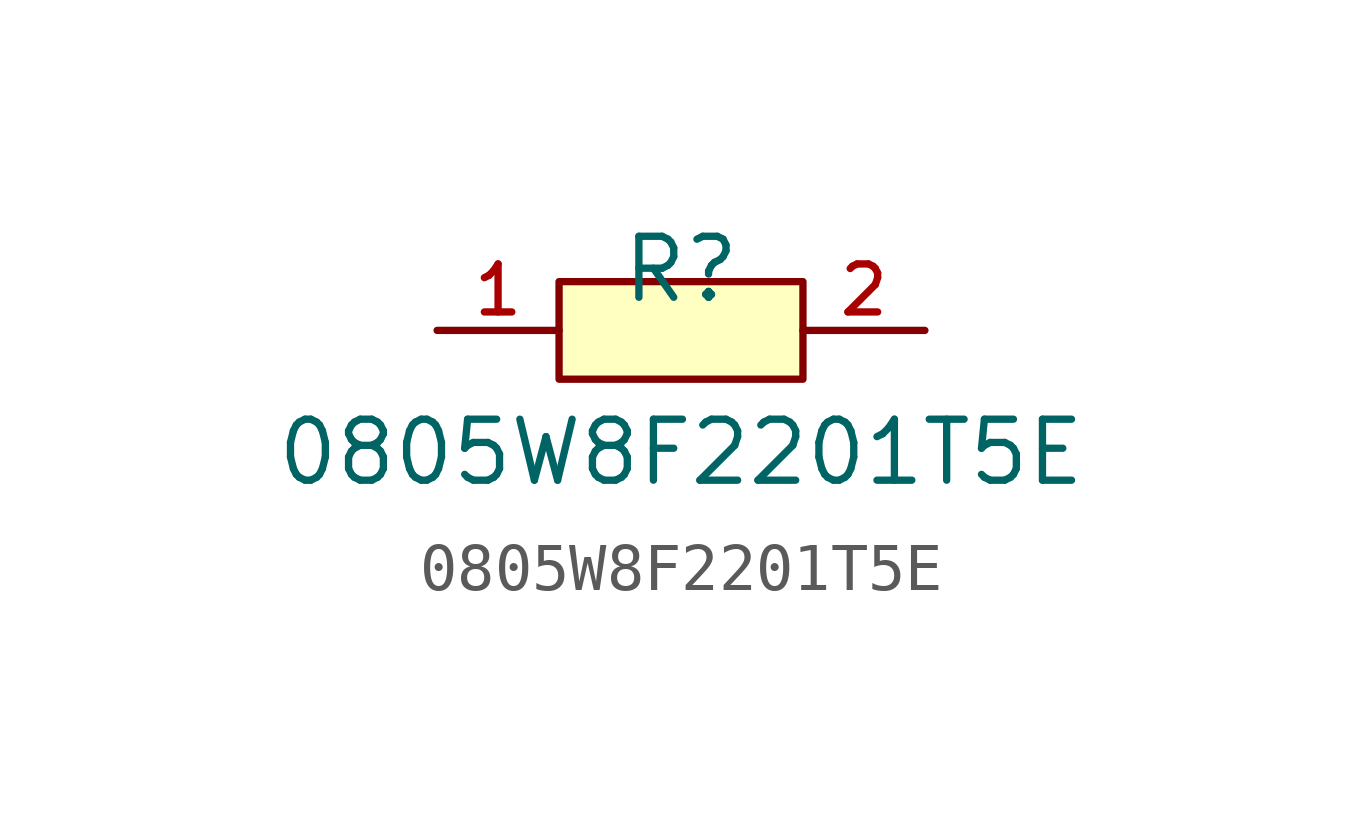
<source format=kicad_sym>
(kicad_symbol_lib
  (version 20210201)
  (generator TousstNicolas/JLC2KiCad_lib)
  (symbol "0805W8F2201T5E"
    (pin_names hide)
    (property "Reference" "R"
      (at 0 1.27 0)
      (effects (font (size 1.27 1.27))))
    (property "Value" "0805W8F2201T5E"
      (at 0 -2.54 0)
      (effects (font (size 1.27 1.27))))
    (symbol "0805W8F2201T5E_0_1"
      (pin input line (at 5.08 -0.0 180) (length 2.54) (name "2" (effects (font (size 1 1)))) (number "2" (effects (font (size 1 1)))))
      (pin input line (at -5.08 -0.0 0) (length 2.54) (name "1" (effects (font (size 1 1)))) (number "1" (effects (font (size 1 1)))))
      (rectangle (start -2.54 1.016) (end 2.54 -1.016) (stroke (width 0) (type default) (color 0 0 0 0)) (fill (type background))))))
</source>
